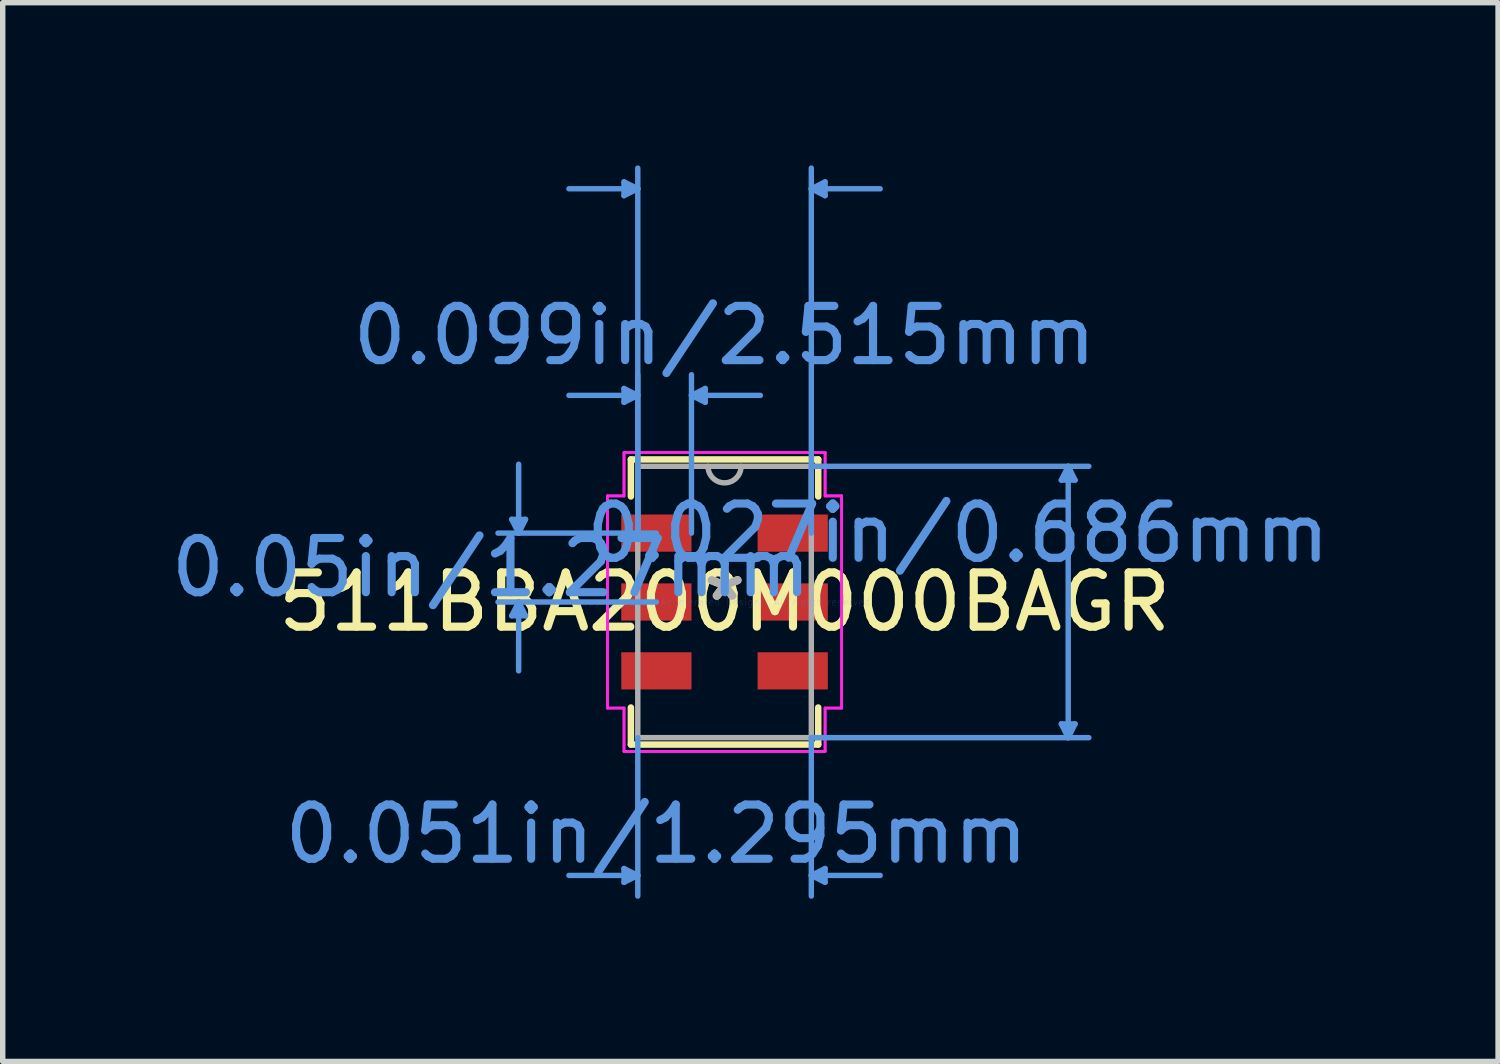
<source format=kicad_pcb>
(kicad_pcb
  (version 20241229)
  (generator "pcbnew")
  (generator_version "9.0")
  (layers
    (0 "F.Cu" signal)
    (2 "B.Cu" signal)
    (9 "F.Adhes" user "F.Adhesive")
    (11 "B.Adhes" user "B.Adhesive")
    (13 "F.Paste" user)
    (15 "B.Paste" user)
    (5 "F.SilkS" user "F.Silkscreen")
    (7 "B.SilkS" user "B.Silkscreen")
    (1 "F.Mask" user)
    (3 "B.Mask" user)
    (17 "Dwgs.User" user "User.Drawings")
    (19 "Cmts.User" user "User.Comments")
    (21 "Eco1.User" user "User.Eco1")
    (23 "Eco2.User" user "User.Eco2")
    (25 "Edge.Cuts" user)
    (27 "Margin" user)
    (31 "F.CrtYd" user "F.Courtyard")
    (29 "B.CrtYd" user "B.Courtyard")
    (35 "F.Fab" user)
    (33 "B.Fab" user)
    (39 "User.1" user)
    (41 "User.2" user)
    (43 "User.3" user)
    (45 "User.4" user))
  (footprint "511BBA200M000BAGR"
    (layer "F.Cu")
    (at 10.311 8.051)
    (property "Reference" "511BBA200M000BAGR" (at 0 0 0) (layer "F.SilkS") (effects (font (size 1 1) (thickness 0.15))))
    (attr through_hole)
    (fp_line (start -1.727 -2.629) (end -1.727 -1.946) (stroke (width 0.12) (type solid)) (layer "F.SilkS"))
    (fp_line (start -1.727 1.946) (end -1.727 2.629) (stroke (width 0.12) (type solid)) (layer "F.SilkS"))
    (fp_line (start -1.727 2.629) (end 1.727 2.629) (stroke (width 0.12) (type solid)) (layer "F.SilkS"))
    (fp_line (start 1.727 -2.629) (end -1.727 -2.629) (stroke (width 0.12) (type solid)) (layer "F.SilkS"))
    (fp_line (start 1.727 -1.946) (end 1.727 -2.629) (stroke (width 0.12) (type solid)) (layer "F.SilkS"))
    (fp_line (start 1.727 2.629) (end 1.727 1.946) (stroke (width 0.12) (type solid)) (layer "F.SilkS"))
    (fp_line (start -3.924 -1.524) (end -3.67 -1.524) (stroke (width 0.1) (type solid)) (layer "Cmts.User"))
    (fp_line (start -3.924 0.254) (end -3.67 0.254) (stroke (width 0.1) (type solid)) (layer "Cmts.User"))
    (fp_line (start -3.797 -1.27) (end -3.924 -1.524) (stroke (width 0.1) (type solid)) (layer "Cmts.User"))
    (fp_line (start -3.797 -1.27) (end -3.797 -2.54) (stroke (width 0.1) (type solid)) (layer "Cmts.User"))
    (fp_line (start -3.797 -1.27) (end -3.67 -1.524) (stroke (width 0.1) (type solid)) (layer "Cmts.User"))
    (fp_line (start -3.797 0) (end -3.924 0.254) (stroke (width 0.1) (type solid)) (layer "Cmts.User"))
    (fp_line (start -3.797 0) (end -3.797 1.27) (stroke (width 0.1) (type solid)) (layer "Cmts.User"))
    (fp_line (start -3.797 0) (end -3.67 0.254) (stroke (width 0.1) (type solid)) (layer "Cmts.User"))
    (fp_line (start -1.854 -7.747) (end -1.854 -7.493) (stroke (width 0.1) (type solid)) (layer "Cmts.User"))
    (fp_line (start -1.854 -3.937) (end -1.854 -3.683) (stroke (width 0.1) (type solid)) (layer "Cmts.User"))
    (fp_line (start -1.854 4.915) (end -1.854 5.169) (stroke (width 0.1) (type solid)) (layer "Cmts.User"))
    (fp_line (start -1.6 -7.62) (end -2.87 -7.62) (stroke (width 0.1) (type solid)) (layer "Cmts.User"))
    (fp_line (start -1.6 -7.62) (end -1.854 -7.747) (stroke (width 0.1) (type solid)) (layer "Cmts.User"))
    (fp_line (start -1.6 -7.62) (end -1.854 -7.493) (stroke (width 0.1) (type solid)) (layer "Cmts.User"))
    (fp_line (start -1.6 -3.81) (end -2.87 -3.81) (stroke (width 0.1) (type solid)) (layer "Cmts.User"))
    (fp_line (start -1.6 -3.81) (end -1.854 -3.937) (stroke (width 0.1) (type solid)) (layer "Cmts.User"))
    (fp_line (start -1.6 -3.81) (end -1.854 -3.683) (stroke (width 0.1) (type solid)) (layer "Cmts.User"))
    (fp_line (start -1.6 -1.27) (end -1.6 -8.001) (stroke (width 0.1) (type solid)) (layer "Cmts.User"))
    (fp_line (start -1.6 -1.27) (end -1.6 -4.191) (stroke (width 0.1) (type solid)) (layer "Cmts.User"))
    (fp_line (start -1.6 2.502) (end -1.6 5.423) (stroke (width 0.1) (type solid)) (layer "Cmts.User"))
    (fp_line (start -1.6 5.042) (end -2.87 5.042) (stroke (width 0.1) (type solid)) (layer "Cmts.User"))
    (fp_line (start -1.6 5.042) (end -1.854 4.915) (stroke (width 0.1) (type solid)) (layer "Cmts.User"))
    (fp_line (start -1.6 5.042) (end -1.854 5.169) (stroke (width 0.1) (type solid)) (layer "Cmts.User"))
    (fp_line (start -1.257 -1.27) (end -4.178 -1.27) (stroke (width 0.1) (type solid)) (layer "Cmts.User"))
    (fp_line (start -1.257 0) (end -4.178 0) (stroke (width 0.1) (type solid)) (layer "Cmts.User"))
    (fp_line (start -0.61 -3.81) (end -0.356 -3.937) (stroke (width 0.1) (type solid)) (layer "Cmts.User"))
    (fp_line (start -0.61 -3.81) (end -0.356 -3.683) (stroke (width 0.1) (type solid)) (layer "Cmts.User"))
    (fp_line (start -0.61 -3.81) (end 0.66 -3.81) (stroke (width 0.1) (type solid)) (layer "Cmts.User"))
    (fp_line (start -0.61 -1.27) (end -0.61 -4.191) (stroke (width 0.1) (type solid)) (layer "Cmts.User"))
    (fp_line (start -0.356 -3.937) (end -0.356 -3.683) (stroke (width 0.1) (type solid)) (layer "Cmts.User"))
    (fp_line (start 1.6 -7.62) (end 1.854 -7.747) (stroke (width 0.1) (type solid)) (layer "Cmts.User"))
    (fp_line (start 1.6 -7.62) (end 1.854 -7.493) (stroke (width 0.1) (type solid)) (layer "Cmts.User"))
    (fp_line (start 1.6 -7.62) (end 2.87 -7.62) (stroke (width 0.1) (type solid)) (layer "Cmts.User"))
    (fp_line (start 1.6 -2.502) (end 6.718 -2.502) (stroke (width 0.1) (type solid)) (layer "Cmts.User"))
    (fp_line (start 1.6 -1.27) (end 1.6 -8.001) (stroke (width 0.1) (type solid)) (layer "Cmts.User"))
    (fp_line (start 1.6 2.502) (end 1.6 5.423) (stroke (width 0.1) (type solid)) (layer "Cmts.User"))
    (fp_line (start 1.6 2.502) (end 6.718 2.502) (stroke (width 0.1) (type solid)) (layer "Cmts.User"))
    (fp_line (start 1.6 5.042) (end 1.854 4.915) (stroke (width 0.1) (type solid)) (layer "Cmts.User"))
    (fp_line (start 1.6 5.042) (end 1.854 5.169) (stroke (width 0.1) (type solid)) (layer "Cmts.User"))
    (fp_line (start 1.6 5.042) (end 2.87 5.042) (stroke (width 0.1) (type solid)) (layer "Cmts.User"))
    (fp_line (start 1.854 -7.747) (end 1.854 -7.493) (stroke (width 0.1) (type solid)) (layer "Cmts.User"))
    (fp_line (start 1.854 4.915) (end 1.854 5.169) (stroke (width 0.1) (type solid)) (layer "Cmts.User"))
    (fp_line (start 6.21 -2.248) (end 6.464 -2.248) (stroke (width 0.1) (type solid)) (layer "Cmts.User"))
    (fp_line (start 6.21 2.248) (end 6.464 2.248) (stroke (width 0.1) (type solid)) (layer "Cmts.User"))
    (fp_line (start 6.337 -2.502) (end 6.21 -2.248) (stroke (width 0.1) (type solid)) (layer "Cmts.User"))
    (fp_line (start 6.337 -2.502) (end 6.337 2.502) (stroke (width 0.1) (type solid)) (layer "Cmts.User"))
    (fp_line (start 6.337 -2.502) (end 6.464 -2.248) (stroke (width 0.1) (type solid)) (layer "Cmts.User"))
    (fp_line (start 6.337 2.502) (end 6.21 2.248) (stroke (width 0.1) (type solid)) (layer "Cmts.User"))
    (fp_line (start 6.337 2.502) (end 6.464 2.248) (stroke (width 0.1) (type solid)) (layer "Cmts.User"))
    (fp_line (start -2.159 -1.956) (end -1.854 -1.956) (stroke (width 0.05) (type solid)) (layer "F.CrtYd"))
    (fp_line (start -2.159 -1.956) (end -1.854 -1.956) (stroke (width 0.05) (type solid)) (layer "F.CrtYd"))
    (fp_line (start -2.159 1.956) (end -2.159 -1.956) (stroke (width 0.05) (type solid)) (layer "F.CrtYd"))
    (fp_line (start -2.159 1.956) (end -2.159 -1.956) (stroke (width 0.05) (type solid)) (layer "F.CrtYd"))
    (fp_line (start -2.159 1.956) (end -1.854 1.956) (stroke (width 0.05) (type solid)) (layer "F.CrtYd"))
    (fp_line (start -1.854 -2.756) (end 1.854 -2.756) (stroke (width 0.05) (type solid)) (layer "F.CrtYd"))
    (fp_line (start -1.854 -2.756) (end 1.854 -2.756) (stroke (width 0.05) (type solid)) (layer "F.CrtYd"))
    (fp_line (start -1.854 -1.956) (end -1.854 -2.756) (stroke (width 0.05) (type solid)) (layer "F.CrtYd"))
    (fp_line (start -1.854 -1.956) (end -1.854 -2.756) (stroke (width 0.05) (type solid)) (layer "F.CrtYd"))
    (fp_line (start -1.854 1.956) (end -2.159 1.956) (stroke (width 0.05) (type solid)) (layer "F.CrtYd"))
    (fp_line (start -1.854 2.756) (end -1.854 1.956) (stroke (width 0.05) (type solid)) (layer "F.CrtYd"))
    (fp_line (start -1.854 2.756) (end -1.854 1.956) (stroke (width 0.05) (type solid)) (layer "F.CrtYd"))
    (fp_line (start 1.854 -2.756) (end 1.854 -1.956) (stroke (width 0.05) (type solid)) (layer "F.CrtYd"))
    (fp_line (start 1.854 -2.756) (end 1.854 -1.956) (stroke (width 0.05) (type solid)) (layer "F.CrtYd"))
    (fp_line (start 1.854 -1.956) (end 2.159 -1.956) (stroke (width 0.05) (type solid)) (layer "F.CrtYd"))
    (fp_line (start 1.854 1.956) (end 1.854 2.756) (stroke (width 0.05) (type solid)) (layer "F.CrtYd"))
    (fp_line (start 1.854 1.956) (end 1.854 2.756) (stroke (width 0.05) (type solid)) (layer "F.CrtYd"))
    (fp_line (start 1.854 2.756) (end -1.854 2.756) (stroke (width 0.05) (type solid)) (layer "F.CrtYd"))
    (fp_line (start 1.854 2.756) (end -1.854 2.756) (stroke (width 0.05) (type solid)) (layer "F.CrtYd"))
    (fp_line (start 2.159 -1.956) (end 1.854 -1.956) (stroke (width 0.05) (type solid)) (layer "F.CrtYd"))
    (fp_line (start 2.159 -1.956) (end 2.159 1.956) (stroke (width 0.05) (type solid)) (layer "F.CrtYd"))
    (fp_line (start 2.159 -1.956) (end 2.159 1.956) (stroke (width 0.05) (type solid)) (layer "F.CrtYd"))
    (fp_line (start 2.159 1.956) (end 1.854 1.956) (stroke (width 0.05) (type solid)) (layer "F.CrtYd"))
    (fp_line (start 2.159 1.956) (end 1.854 1.956) (stroke (width 0.05) (type solid)) (layer "F.CrtYd"))
    (fp_line (start -1.6 -2.502) (end -1.6 2.502) (stroke (width 0.1) (type solid)) (layer "F.Fab"))
    (fp_line (start -1.6 2.502) (end 1.6 2.502) (stroke (width 0.1) (type solid)) (layer "F.Fab"))
    (fp_line (start 1.6 -2.502) (end -1.6 -2.502) (stroke (width 0.1) (type solid)) (layer "F.Fab"))
    (fp_line (start 1.6 2.502) (end 1.6 -2.502) (stroke (width 0.1) (type solid)) (layer "F.Fab"))
    (fp_arc (start 0.3048 -2.5019) (mid 0 -2.1971) (end -0.3048 -2.5019) (stroke (width 0.1) (type solid)) (layer "F.Fab"))
    (fp_text user "*" (at 0 0 0) (layer "F.SilkS") (effects (font (size 1 1) (thickness 0.15))))
    (fp_text user "0.051in/1.295mm" (at -1.257 4.28 0) (layer "Cmts.User") (effects (font (size 1 1) (thickness 0.15))))
    (fp_text user "0.05in/1.27mm" (at -4.305 -0.635 0) (layer "Cmts.User") (effects (font (size 1 1) (thickness 0.15))))
    (fp_text user "0.099in/2.515mm" (at 0 -4.915 0) (layer "Cmts.User") (effects (font (size 1 1) (thickness 0.15))))
    (fp_text user "0.027in/0.686mm" (at 4.305 -1.27 0) (layer "Cmts.User") (effects (font (size 1 1) (thickness 0.15))))
    (fp_text user "Copyright 2021 Accelerated Designs. All rights reserved." (at 0 0 0) (layer "Cmts.User") (effects (font (size 0.127 0.127) (thickness 0.002))))
    (fp_text user "*" (at 0 0 0) (layer "F.Fab") (effects (font (size 1 1) (thickness 0.15))))
    (pad "1" smd rect (at -1.257 -1.27) (size 1.295 0.686) (layers "F.Cu" "F.Mask" "F.Paste"))
    (pad "2" smd rect (at -1.257 0) (size 1.295 0.686) (layers "F.Cu" "F.Mask" "F.Paste"))
    (pad "3" smd rect (at -1.257 1.27) (size 1.295 0.686) (layers "F.Cu" "F.Mask" "F.Paste"))
    (pad "4" smd rect (at 1.257 1.27) (size 1.295 0.686) (layers "F.Cu" "F.Mask" "F.Paste"))
    (pad "5" smd rect (at 1.257 0) (size 1.295 0.686) (layers "F.Cu" "F.Mask" "F.Paste"))
    (pad "6" smd rect (at 1.257 -1.27) (size 1.295 0.686) (layers "F.Cu" "F.Mask" "F.Paste")))
  (gr_rect
    (start -3 -3)
    (end 24.575 16.524)
    (stroke (width 0.1) (type default))
    (fill no)
    (layer "Edge.Cuts")))
</source>
